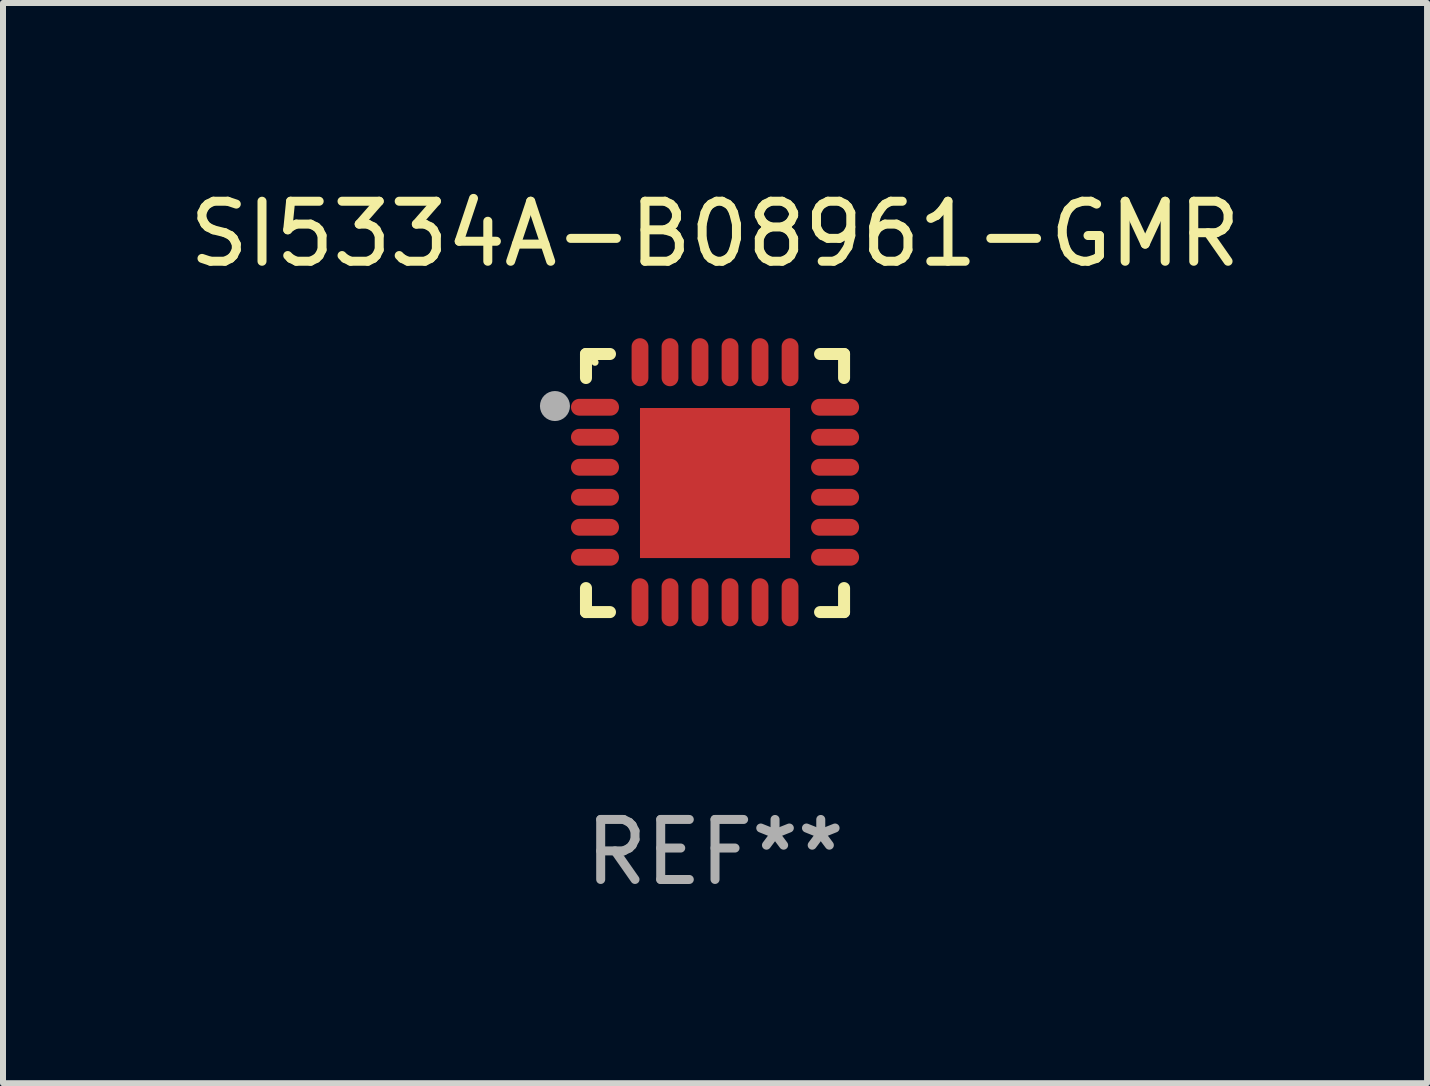
<source format=kicad_pcb>
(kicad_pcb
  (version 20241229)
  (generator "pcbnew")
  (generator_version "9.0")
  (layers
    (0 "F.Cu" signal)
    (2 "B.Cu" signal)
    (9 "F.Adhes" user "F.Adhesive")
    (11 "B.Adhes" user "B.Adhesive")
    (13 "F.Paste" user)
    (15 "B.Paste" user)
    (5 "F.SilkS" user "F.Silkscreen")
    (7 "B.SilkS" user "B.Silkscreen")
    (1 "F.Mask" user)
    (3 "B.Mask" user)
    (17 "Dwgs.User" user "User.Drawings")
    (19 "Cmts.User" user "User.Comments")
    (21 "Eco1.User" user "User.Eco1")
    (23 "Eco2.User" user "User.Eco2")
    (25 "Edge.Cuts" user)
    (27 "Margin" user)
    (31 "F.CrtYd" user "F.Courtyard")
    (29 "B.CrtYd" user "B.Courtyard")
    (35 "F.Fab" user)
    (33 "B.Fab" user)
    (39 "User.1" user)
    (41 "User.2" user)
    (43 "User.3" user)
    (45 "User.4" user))
  (footprint "SI5334A-B08961-GMR"
    (layer "F.Cu")
    (at 8.863 4.998)
    (property "Reference" "SI5334A-B08961-GMR" (at 0 -4.15 0) (layer "F.SilkS") (effects (font (size 1 1) (thickness 0.15))))
    (attr through_hole)
    (fp_line (start -2.15 -2.15) (end -1.75 -2.15) (stroke (width 0.2) (type solid)) (layer "F.SilkS"))
    (fp_line (start -2.15 -1.75) (end -2.15 -2.15) (stroke (width 0.2) (type solid)) (layer "F.SilkS"))
    (fp_line (start -2.15 2.15) (end -2.15 1.75) (stroke (width 0.2) (type solid)) (layer "F.SilkS"))
    (fp_line (start -1.75 2.15) (end -2.15 2.15) (stroke (width 0.2) (type solid)) (layer "F.SilkS"))
    (fp_line (start 1.75 -2.15) (end 2.15 -2.15) (stroke (width 0.2) (type solid)) (layer "F.SilkS"))
    (fp_line (start 1.75 2.15) (end 2.15 2.15) (stroke (width 0.2) (type solid)) (layer "F.SilkS"))
    (fp_line (start 2.15 -2.15) (end 2.15 -1.75) (stroke (width 0.2) (type solid)) (layer "F.SilkS"))
    (fp_line (start 2.15 2.15) (end 2.15 1.75) (stroke (width 0.2) (type solid)) (layer "F.SilkS"))
    (fp_circle (center -2 -2.013) (end -1.97 -2.013) (stroke (width 0.06) (type solid)) (fill no) (layer "F.SilkS"))
    (fp_circle (center -2.667 -1.283) (end -2.542 -1.283) (stroke (width 0.25) (type solid)) (fill no) (layer "F.Fab"))
    (fp_text user "REF**" (at 0 6.15 0) (layer "F.Fab") (effects (font (size 1 1) (thickness 0.15))))
    (pad "1" smd oval (at -2 -1.263) (size 0.8 0.28) (layers "F.Cu" "F.Mask" "F.Paste"))
    (pad "2" smd oval (at -2 -0.763) (size 0.8 0.28) (layers "F.Cu" "F.Mask" "F.Paste"))
    (pad "3" smd oval (at -2 -0.263) (size 0.8 0.28) (layers "F.Cu" "F.Mask" "F.Paste"))
    (pad "4" smd oval (at -2 0.237) (size 0.8 0.28) (layers "F.Cu" "F.Mask" "F.Paste"))
    (pad "5" smd oval (at -2 0.737) (size 0.8 0.28) (layers "F.Cu" "F.Mask" "F.Paste"))
    (pad "6" smd oval (at -2 1.237) (size 0.8 0.28) (layers "F.Cu" "F.Mask" "F.Paste"))
    (pad "7" smd oval (at -1.25 1.987) (size 0.28 0.8) (layers "F.Cu" "F.Mask" "F.Paste"))
    (pad "8" smd oval (at -0.75 1.987) (size 0.28 0.8) (layers "F.Cu" "F.Mask" "F.Paste"))
    (pad "9" smd oval (at -0.25 1.987) (size 0.28 0.8) (layers "F.Cu" "F.Mask" "F.Paste"))
    (pad "10" smd oval (at 0.25 1.987) (size 0.28 0.8) (layers "F.Cu" "F.Mask" "F.Paste"))
    (pad "11" smd oval (at 0.75 1.987) (size 0.28 0.8) (layers "F.Cu" "F.Mask" "F.Paste"))
    (pad "12" smd oval (at 1.25 1.987) (size 0.28 0.8) (layers "F.Cu" "F.Mask" "F.Paste"))
    (pad "13" smd oval (at 2 1.237) (size 0.8 0.28) (layers "F.Cu" "F.Mask" "F.Paste"))
    (pad "14" smd oval (at 2 0.737) (size 0.8 0.28) (layers "F.Cu" "F.Mask" "F.Paste"))
    (pad "15" smd oval (at 2 0.237) (size 0.8 0.28) (layers "F.Cu" "F.Mask" "F.Paste"))
    (pad "16" smd oval (at 2 -0.263) (size 0.8 0.28) (layers "F.Cu" "F.Mask" "F.Paste"))
    (pad "17" smd oval (at 2 -0.763) (size 0.8 0.28) (layers "F.Cu" "F.Mask" "F.Paste"))
    (pad "18" smd oval (at 2 -1.263) (size 0.8 0.28) (layers "F.Cu" "F.Mask" "F.Paste"))
    (pad "19" smd oval (at 1.25 -2.013) (size 0.28 0.8) (layers "F.Cu" "F.Mask" "F.Paste"))
    (pad "20" smd oval (at 0.75 -2.013) (size 0.28 0.8) (layers "F.Cu" "F.Mask" "F.Paste"))
    (pad "21" smd oval (at 0.25 -2.013) (size 0.28 0.8) (layers "F.Cu" "F.Mask" "F.Paste"))
    (pad "22" smd oval (at -0.25 -2.013) (size 0.28 0.8) (layers "F.Cu" "F.Mask" "F.Paste"))
    (pad "23" smd oval (at -0.75 -2.013) (size 0.28 0.8) (layers "F.Cu" "F.Mask" "F.Paste"))
    (pad "24" smd oval (at -1.25 -2.013) (size 0.28 0.8) (layers "F.Cu" "F.Mask" "F.Paste"))
    (pad "25" smd rect (at -0.000127 -0.00014) (size 2.5 2.5) (layers "F.Cu" "F.Mask" "F.Paste")))
  (gr_rect
    (start -3 -3)
    (end 20.726 14.997)
    (stroke (width 0.1) (type default))
    (fill no)
    (layer "Edge.Cuts")))
</source>
